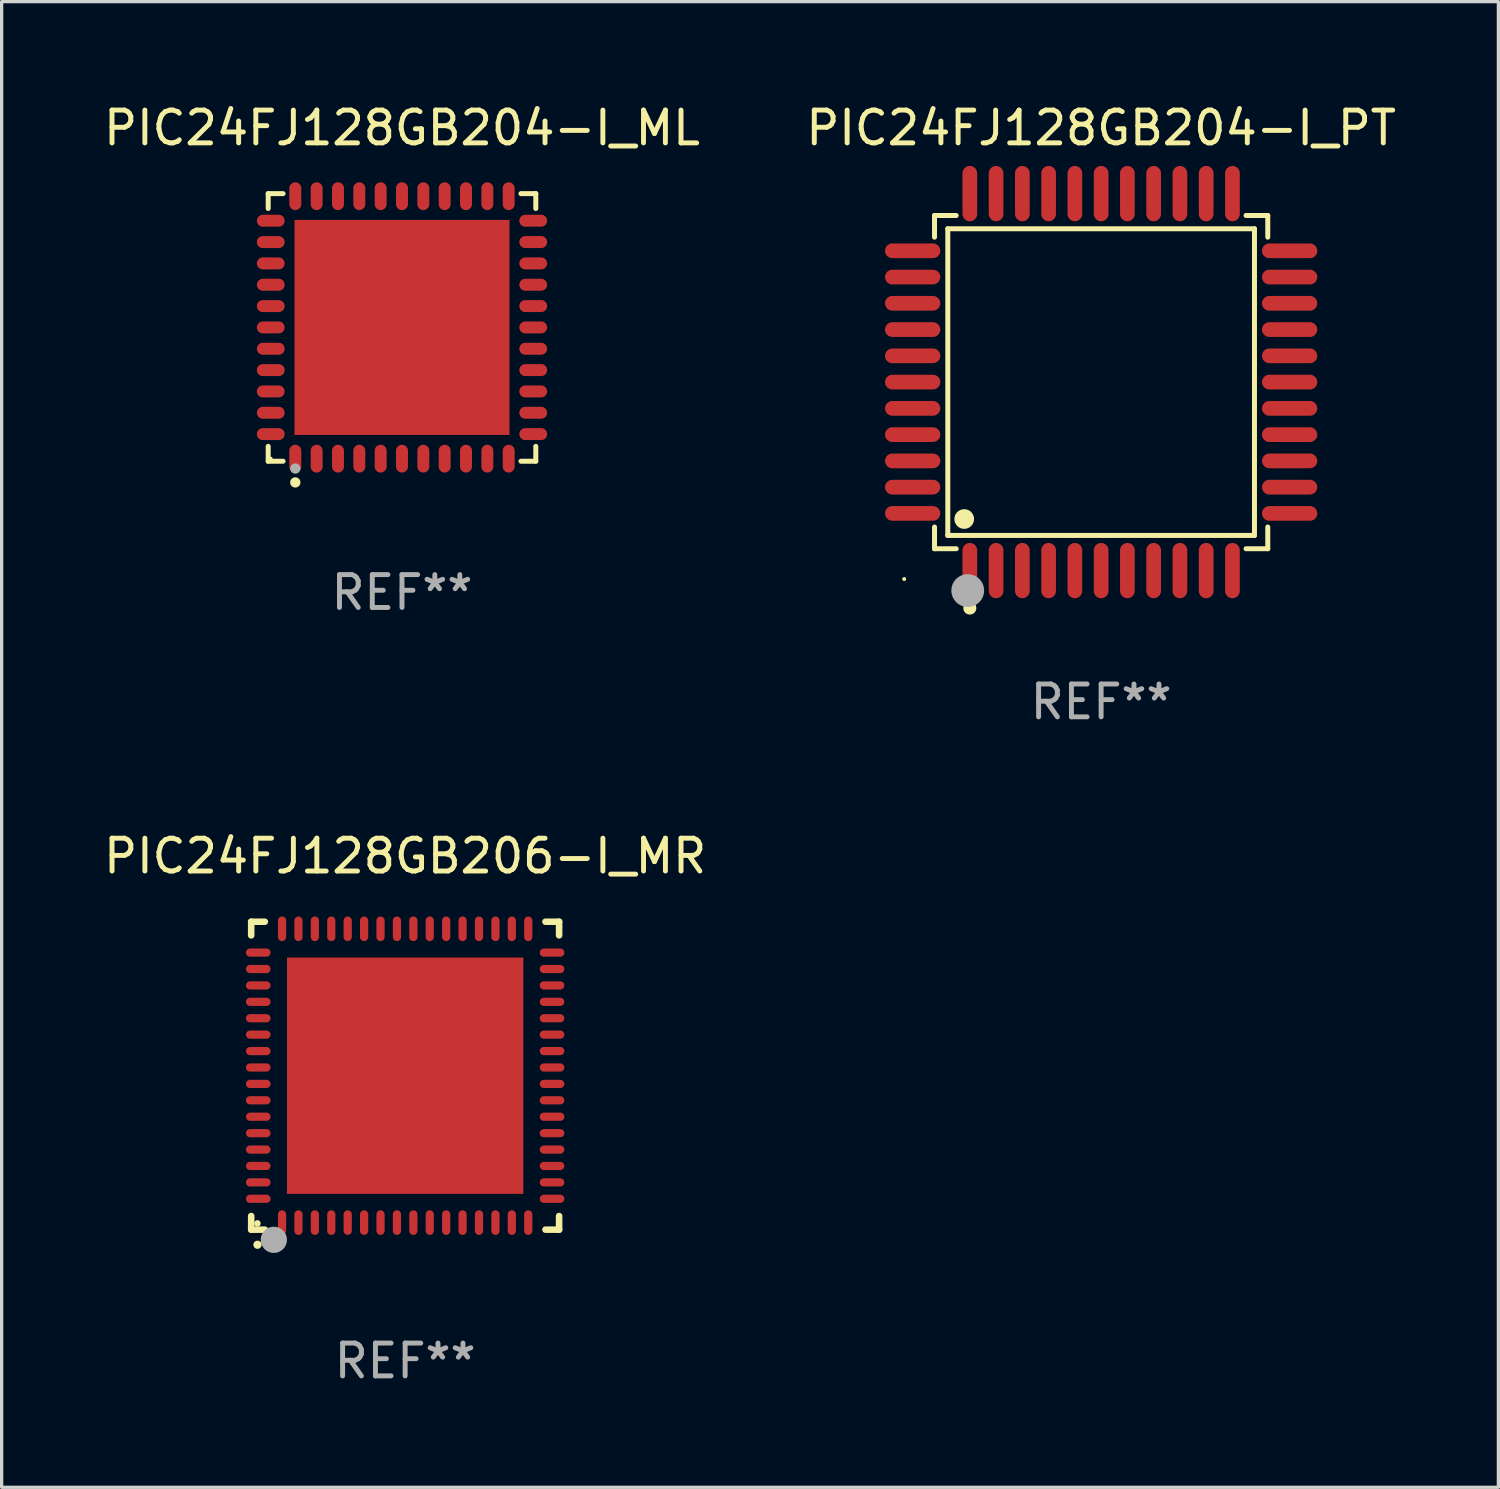
<source format=kicad_pcb>
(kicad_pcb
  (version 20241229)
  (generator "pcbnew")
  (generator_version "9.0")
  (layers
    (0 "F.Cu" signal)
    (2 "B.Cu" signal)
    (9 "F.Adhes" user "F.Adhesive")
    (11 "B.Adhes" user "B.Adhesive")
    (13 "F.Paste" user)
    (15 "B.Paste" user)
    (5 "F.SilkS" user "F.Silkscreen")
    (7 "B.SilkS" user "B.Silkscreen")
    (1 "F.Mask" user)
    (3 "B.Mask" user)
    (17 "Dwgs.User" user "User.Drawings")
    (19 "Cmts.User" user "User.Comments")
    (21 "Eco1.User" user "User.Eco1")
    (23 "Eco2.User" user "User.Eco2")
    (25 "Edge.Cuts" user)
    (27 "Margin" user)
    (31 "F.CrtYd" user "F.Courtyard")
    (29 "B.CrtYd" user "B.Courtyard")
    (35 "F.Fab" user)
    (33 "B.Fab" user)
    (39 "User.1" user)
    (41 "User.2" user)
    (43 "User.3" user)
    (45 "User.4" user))
  (footprint "PIC24FJ128GB204-I_PT"
    (layer "F.Cu")
    (at 30.494 8.59)
    (property "Reference" "PIC24FJ128GB204-I_PT" (at 0 -7.742 0) (layer "F.SilkS") (effects (font (size 1 1) (thickness 0.15))))
    (attr through_hole)
    (fp_line (start -5.076 -5.076) (end -4.415 -5.076) (stroke (width 0.152) (type solid)) (layer "F.SilkS"))
    (fp_line (start -5.076 -4.415) (end -5.076 -5.076) (stroke (width 0.152) (type solid)) (layer "F.SilkS"))
    (fp_line (start -5.076 4.415) (end -5.076 5.076) (stroke (width 0.152) (type solid)) (layer "F.SilkS"))
    (fp_line (start -5.076 5.076) (end -4.415 5.076) (stroke (width 0.152) (type solid)) (layer "F.SilkS"))
    (fp_line (start -4.671 -4.671) (end 4.671 -4.671) (stroke (width 0.152) (type solid)) (layer "F.SilkS"))
    (fp_line (start -4.671 4.671) (end -4.671 -4.671) (stroke (width 0.152) (type solid)) (layer "F.SilkS"))
    (fp_line (start 4.671 -4.671) (end 4.671 4.671) (stroke (width 0.152) (type solid)) (layer "F.SilkS"))
    (fp_line (start 4.671 4.671) (end -4.671 4.671) (stroke (width 0.152) (type solid)) (layer "F.SilkS"))
    (fp_line (start 5.076 -5.076) (end 4.415 -5.076) (stroke (width 0.152) (type solid)) (layer "F.SilkS"))
    (fp_line (start 5.076 -4.415) (end 5.076 -5.076) (stroke (width 0.152) (type solid)) (layer "F.SilkS"))
    (fp_line (start 5.076 4.415) (end 5.076 5.076) (stroke (width 0.152) (type solid)) (layer "F.SilkS"))
    (fp_line (start 5.076 5.076) (end 4.415 5.076) (stroke (width 0.152) (type solid)) (layer "F.SilkS"))
    (fp_circle (center -6 6) (end -5.97 6) (stroke (width 0.06) (type solid)) (fill no) (layer "F.SilkS"))
    (fp_circle (center -4.171 4.171) (end -4.021 4.171) (stroke (width 0.3) (type solid)) (fill no) (layer "F.SilkS"))
    (fp_circle (center -4 6.884) (end -3.9 6.884) (stroke (width 0.2) (type solid)) (fill no) (layer "F.SilkS"))
    (fp_circle (center -4.064 6.35) (end -3.814 6.35) (stroke (width 0.5) (type solid)) (fill no) (layer "F.Fab"))
    (fp_text user "REF**" (at 0 9.742 0) (layer "F.Fab") (effects (font (size 1 1) (thickness 0.15))))
    (pad "1" smd oval (at -4 5.742) (size 0.448 1.684) (layers "F.Cu" "F.Mask" "F.Paste"))
    (pad "2" smd oval (at -3.2 5.742) (size 0.448 1.684) (layers "F.Cu" "F.Mask" "F.Paste"))
    (pad "3" smd oval (at -2.4 5.742) (size 0.448 1.684) (layers "F.Cu" "F.Mask" "F.Paste"))
    (pad "4" smd oval (at -1.6 5.742) (size 0.448 1.684) (layers "F.Cu" "F.Mask" "F.Paste"))
    (pad "5" smd oval (at -0.8 5.742) (size 0.448 1.684) (layers "F.Cu" "F.Mask" "F.Paste"))
    (pad "6" smd oval (at 0 5.742) (size 0.448 1.684) (layers "F.Cu" "F.Mask" "F.Paste"))
    (pad "7" smd oval (at 0.8 5.742) (size 0.448 1.684) (layers "F.Cu" "F.Mask" "F.Paste"))
    (pad "8" smd oval (at 1.6 5.742) (size 0.448 1.684) (layers "F.Cu" "F.Mask" "F.Paste"))
    (pad "9" smd oval (at 2.4 5.742) (size 0.448 1.684) (layers "F.Cu" "F.Mask" "F.Paste"))
    (pad "10" smd oval (at 3.2 5.742) (size 0.448 1.684) (layers "F.Cu" "F.Mask" "F.Paste"))
    (pad "11" smd oval (at 4 5.742) (size 0.448 1.684) (layers "F.Cu" "F.Mask" "F.Paste"))
    (pad "12" smd oval (at 5.742 4) (size 1.684 0.448) (layers "F.Cu" "F.Mask" "F.Paste"))
    (pad "13" smd oval (at 5.742 3.2) (size 1.684 0.448) (layers "F.Cu" "F.Mask" "F.Paste"))
    (pad "14" smd oval (at 5.742 2.4) (size 1.684 0.448) (layers "F.Cu" "F.Mask" "F.Paste"))
    (pad "15" smd oval (at 5.742 1.6) (size 1.684 0.448) (layers "F.Cu" "F.Mask" "F.Paste"))
    (pad "16" smd oval (at 5.742 0.8) (size 1.684 0.448) (layers "F.Cu" "F.Mask" "F.Paste"))
    (pad "17" smd oval (at 5.742 0) (size 1.684 0.448) (layers "F.Cu" "F.Mask" "F.Paste"))
    (pad "18" smd oval (at 5.742 -0.8) (size 1.684 0.448) (layers "F.Cu" "F.Mask" "F.Paste"))
    (pad "19" smd oval (at 5.742 -1.6) (size 1.684 0.448) (layers "F.Cu" "F.Mask" "F.Paste"))
    (pad "20" smd oval (at 5.742 -2.4) (size 1.684 0.448) (layers "F.Cu" "F.Mask" "F.Paste"))
    (pad "21" smd oval (at 5.742 -3.2) (size 1.684 0.448) (layers "F.Cu" "F.Mask" "F.Paste"))
    (pad "22" smd oval (at 5.742 -4) (size 1.684 0.448) (layers "F.Cu" "F.Mask" "F.Paste"))
    (pad "23" smd oval (at 4 -5.742) (size 0.448 1.684) (layers "F.Cu" "F.Mask" "F.Paste"))
    (pad "24" smd oval (at 3.2 -5.742) (size 0.448 1.684) (layers "F.Cu" "F.Mask" "F.Paste"))
    (pad "25" smd oval (at 2.4 -5.742) (size 0.448 1.684) (layers "F.Cu" "F.Mask" "F.Paste"))
    (pad "26" smd oval (at 1.6 -5.742) (size 0.448 1.684) (layers "F.Cu" "F.Mask" "F.Paste"))
    (pad "27" smd oval (at 0.8 -5.742) (size 0.448 1.684) (layers "F.Cu" "F.Mask" "F.Paste"))
    (pad "28" smd oval (at 0 -5.742) (size 0.448 1.684) (layers "F.Cu" "F.Mask" "F.Paste"))
    (pad "29" smd oval (at -0.8 -5.742) (size 0.448 1.684) (layers "F.Cu" "F.Mask" "F.Paste"))
    (pad "30" smd oval (at -1.6 -5.742) (size 0.448 1.684) (layers "F.Cu" "F.Mask" "F.Paste"))
    (pad "31" smd oval (at -2.4 -5.742) (size 0.448 1.684) (layers "F.Cu" "F.Mask" "F.Paste"))
    (pad "32" smd oval (at -3.2 -5.742) (size 0.448 1.684) (layers "F.Cu" "F.Mask" "F.Paste"))
    (pad "33" smd oval (at -4 -5.742) (size 0.448 1.684) (layers "F.Cu" "F.Mask" "F.Paste"))
    (pad "34" smd oval (at -5.742 -4) (size 1.684 0.448) (layers "F.Cu" "F.Mask" "F.Paste"))
    (pad "35" smd oval (at -5.742 -3.2) (size 1.684 0.448) (layers "F.Cu" "F.Mask" "F.Paste"))
    (pad "36" smd oval (at -5.742 -2.4) (size 1.684 0.448) (layers "F.Cu" "F.Mask" "F.Paste"))
    (pad "37" smd oval (at -5.742 -1.6) (size 1.684 0.448) (layers "F.Cu" "F.Mask" "F.Paste"))
    (pad "38" smd oval (at -5.742 -0.8) (size 1.684 0.448) (layers "F.Cu" "F.Mask" "F.Paste"))
    (pad "39" smd oval (at -5.742 0) (size 1.684 0.448) (layers "F.Cu" "F.Mask" "F.Paste"))
    (pad "40" smd oval (at -5.742 0.8) (size 1.684 0.448) (layers "F.Cu" "F.Mask" "F.Paste"))
    (pad "41" smd oval (at -5.742 1.6) (size 1.684 0.448) (layers "F.Cu" "F.Mask" "F.Paste"))
    (pad "42" smd oval (at -5.742 2.4) (size 1.684 0.448) (layers "F.Cu" "F.Mask" "F.Paste"))
    (pad "43" smd oval (at -5.742 3.2) (size 1.684 0.448) (layers "F.Cu" "F.Mask" "F.Paste"))
    (pad "44" smd oval (at -5.742 4) (size 1.684 0.448) (layers "F.Cu" "F.Mask" "F.Paste")))
  (footprint "PIC24FJ128GB204-I_ML"
    (layer "F.Cu")
    (at 9.196 6.924)
    (property "Reference" "PIC24FJ128GB204-I_ML" (at 0 -6.076 0) (layer "F.SilkS") (effects (font (size 1 1) (thickness 0.15))))
    (attr through_hole)
    (fp_line (start -4.076 -4.076) (end -3.623 -4.076) (stroke (width 0.152) (type solid)) (layer "F.SilkS"))
    (fp_line (start -4.076 -3.623) (end -4.076 -4.076) (stroke (width 0.152) (type solid)) (layer "F.SilkS"))
    (fp_line (start -4.076 3.623) (end -4.076 4.076) (stroke (width 0.152) (type solid)) (layer "F.SilkS"))
    (fp_line (start -4.076 4.076) (end -3.623 4.076) (stroke (width 0.152) (type solid)) (layer "F.SilkS"))
    (fp_line (start 4.076 -4.076) (end 3.623 -4.076) (stroke (width 0.152) (type solid)) (layer "F.SilkS"))
    (fp_line (start 4.076 -3.623) (end 4.076 -4.076) (stroke (width 0.152) (type solid)) (layer "F.SilkS"))
    (fp_line (start 4.076 3.623) (end 4.076 4.076) (stroke (width 0.152) (type solid)) (layer "F.SilkS"))
    (fp_line (start 4.076 4.076) (end 3.623 4.076) (stroke (width 0.152) (type solid)) (layer "F.SilkS"))
    (fp_circle (center -4 4) (end -3.97 4) (stroke (width 0.06) (type solid)) (fill no) (layer "F.SilkS"))
    (fp_circle (center -3.25 4.722) (end -3.171 4.722) (stroke (width 0.158) (type solid)) (fill no) (layer "F.SilkS"))
    (fp_circle (center -3.25 4.3) (end -3.171 4.3) (stroke (width 0.158) (type solid)) (fill no) (layer "F.Fab"))
    (fp_text user "REF**" (at 0 8.076 0) (layer "F.Fab") (effects (font (size 1 1) (thickness 0.15))))
    (pad "1" smd oval (at -3.25 3.998) (size 0.364 0.847) (layers "F.Cu" "F.Mask" "F.Paste"))
    (pad "2" smd oval (at -2.6 3.998) (size 0.364 0.847) (layers "F.Cu" "F.Mask" "F.Paste"))
    (pad "3" smd oval (at -1.95 3.998) (size 0.364 0.847) (layers "F.Cu" "F.Mask" "F.Paste"))
    (pad "4" smd oval (at -1.3 3.998) (size 0.364 0.847) (layers "F.Cu" "F.Mask" "F.Paste"))
    (pad "5" smd oval (at -0.65 3.998) (size 0.364 0.847) (layers "F.Cu" "F.Mask" "F.Paste"))
    (pad "6" smd oval (at 0 3.998) (size 0.364 0.847) (layers "F.Cu" "F.Mask" "F.Paste"))
    (pad "7" smd oval (at 0.65 3.998) (size 0.364 0.847) (layers "F.Cu" "F.Mask" "F.Paste"))
    (pad "8" smd oval (at 1.3 3.998) (size 0.364 0.847) (layers "F.Cu" "F.Mask" "F.Paste"))
    (pad "9" smd oval (at 1.95 3.998) (size 0.364 0.847) (layers "F.Cu" "F.Mask" "F.Paste"))
    (pad "10" smd oval (at 2.6 3.998) (size 0.364 0.847) (layers "F.Cu" "F.Mask" "F.Paste"))
    (pad "11" smd oval (at 3.25 3.998) (size 0.364 0.847) (layers "F.Cu" "F.Mask" "F.Paste"))
    (pad "12" smd oval (at 3.998 3.25) (size 0.847 0.364) (layers "F.Cu" "F.Mask" "F.Paste"))
    (pad "13" smd oval (at 3.998 2.6) (size 0.847 0.364) (layers "F.Cu" "F.Mask" "F.Paste"))
    (pad "14" smd oval (at 3.998 1.95) (size 0.847 0.364) (layers "F.Cu" "F.Mask" "F.Paste"))
    (pad "15" smd oval (at 3.998 1.3) (size 0.847 0.364) (layers "F.Cu" "F.Mask" "F.Paste"))
    (pad "16" smd oval (at 3.998 0.65) (size 0.847 0.364) (layers "F.Cu" "F.Mask" "F.Paste"))
    (pad "17" smd oval (at 3.998 0) (size 0.847 0.364) (layers "F.Cu" "F.Mask" "F.Paste"))
    (pad "18" smd oval (at 3.998 -0.65) (size 0.847 0.364) (layers "F.Cu" "F.Mask" "F.Paste"))
    (pad "19" smd oval (at 3.998 -1.3) (size 0.847 0.364) (layers "F.Cu" "F.Mask" "F.Paste"))
    (pad "20" smd oval (at 3.998 -1.95) (size 0.847 0.364) (layers "F.Cu" "F.Mask" "F.Paste"))
    (pad "21" smd oval (at 3.998 -2.6) (size 0.847 0.364) (layers "F.Cu" "F.Mask" "F.Paste"))
    (pad "22" smd oval (at 3.998 -3.25) (size 0.847 0.364) (layers "F.Cu" "F.Mask" "F.Paste"))
    (pad "23" smd oval (at 3.25 -3.998) (size 0.364 0.847) (layers "F.Cu" "F.Mask" "F.Paste"))
    (pad "24" smd oval (at 2.6 -3.998) (size 0.364 0.847) (layers "F.Cu" "F.Mask" "F.Paste"))
    (pad "25" smd oval (at 1.95 -3.998) (size 0.364 0.847) (layers "F.Cu" "F.Mask" "F.Paste"))
    (pad "26" smd oval (at 1.3 -3.998) (size 0.364 0.847) (layers "F.Cu" "F.Mask" "F.Paste"))
    (pad "27" smd oval (at 0.65 -3.998) (size 0.364 0.847) (layers "F.Cu" "F.Mask" "F.Paste"))
    (pad "28" smd oval (at 0 -3.998) (size 0.364 0.847) (layers "F.Cu" "F.Mask" "F.Paste"))
    (pad "29" smd oval (at -0.65 -3.998) (size 0.364 0.847) (layers "F.Cu" "F.Mask" "F.Paste"))
    (pad "30" smd oval (at -1.3 -3.998) (size 0.364 0.847) (layers "F.Cu" "F.Mask" "F.Paste"))
    (pad "31" smd oval (at -1.95 -3.998) (size 0.364 0.847) (layers "F.Cu" "F.Mask" "F.Paste"))
    (pad "32" smd oval (at -2.6 -3.998) (size 0.364 0.847) (layers "F.Cu" "F.Mask" "F.Paste"))
    (pad "33" smd oval (at -3.25 -3.998) (size 0.364 0.847) (layers "F.Cu" "F.Mask" "F.Paste"))
    (pad "34" smd oval (at -3.998 -3.25) (size 0.847 0.364) (layers "F.Cu" "F.Mask" "F.Paste"))
    (pad "35" smd oval (at -3.998 -2.6) (size 0.847 0.364) (layers "F.Cu" "F.Mask" "F.Paste"))
    (pad "36" smd oval (at -3.998 -1.95) (size 0.847 0.364) (layers "F.Cu" "F.Mask" "F.Paste"))
    (pad "37" smd oval (at -3.998 -1.3) (size 0.847 0.364) (layers "F.Cu" "F.Mask" "F.Paste"))
    (pad "38" smd oval (at -3.998 -0.65) (size 0.847 0.364) (layers "F.Cu" "F.Mask" "F.Paste"))
    (pad "39" smd oval (at -3.998 0) (size 0.847 0.364) (layers "F.Cu" "F.Mask" "F.Paste"))
    (pad "40" smd oval (at -3.998 0.65) (size 0.847 0.364) (layers "F.Cu" "F.Mask" "F.Paste"))
    (pad "41" smd oval (at -3.998 1.3) (size 0.847 0.364) (layers "F.Cu" "F.Mask" "F.Paste"))
    (pad "42" smd oval (at -3.998 1.95) (size 0.847 0.364) (layers "F.Cu" "F.Mask" "F.Paste"))
    (pad "43" smd oval (at -3.998 2.6) (size 0.847 0.364) (layers "F.Cu" "F.Mask" "F.Paste"))
    (pad "44" smd oval (at -3.998 3.25) (size 0.847 0.364) (layers "F.Cu" "F.Mask" "F.Paste"))
    (pad "45" smd rect (at 0 0) (size 6.55 6.55) (layers "F.Cu" "F.Mask" "F.Paste")))
  (footprint "PIC24FJ128GB206-I_MR"
    (layer "F.Cu")
    (at 9.292 29.719)
    (property "Reference" "PIC24FJ128GB206-I_MR" (at 0 -6.69 0) (layer "F.SilkS") (effects (font (size 1 1) (thickness 0.15))))
    (attr through_hole)
    (fp_line (start -4.69 -4.69) (end -4.275 -4.69) (stroke (width 0.2) (type solid)) (layer "F.SilkS"))
    (fp_line (start -4.69 -4.275) (end -4.69 -4.69) (stroke (width 0.2) (type solid)) (layer "F.SilkS"))
    (fp_line (start -4.69 4.69) (end -4.69 4.275) (stroke (width 0.2) (type solid)) (layer "F.SilkS"))
    (fp_line (start -4.275 4.69) (end -4.69 4.69) (stroke (width 0.2) (type solid)) (layer "F.SilkS"))
    (fp_line (start 4.275 4.69) (end 4.69 4.69) (stroke (width 0.2) (type solid)) (layer "F.SilkS"))
    (fp_line (start 4.69 -4.69) (end 4.275 -4.69) (stroke (width 0.2) (type solid)) (layer "F.SilkS"))
    (fp_line (start 4.69 -4.275) (end 4.69 -4.69) (stroke (width 0.2) (type solid)) (layer "F.SilkS"))
    (fp_line (start 4.69 4.69) (end 4.69 4.275) (stroke (width 0.2) (type solid)) (layer "F.SilkS"))
    (fp_arc (start -4.499886 5.15) (mid -4.498616 5.149994) (end -4.497346 5.15) (stroke (width 0.24892) (type solid)) (layer "F.SilkS"))
    (fp_circle (center -4.5 4.5) (end -4.45 4.5) (stroke (width 0.1) (type solid)) (fill no) (layer "F.SilkS"))
    (fp_circle (center -4 5) (end -3.8 5) (stroke (width 0.4) (type solid)) (fill no) (layer "F.Fab"))
    (fp_text user "REF**" (at 0 8.69 0) (layer "F.Fab") (effects (font (size 1 1) (thickness 0.15))))
    (pad "1" smd oval (at -3.75 4.475) (size 0.25 0.75) (layers "F.Cu" "F.Mask" "F.Paste"))
    (pad "2" smd oval (at -3.25 4.475) (size 0.25 0.75) (layers "F.Cu" "F.Mask" "F.Paste"))
    (pad "3" smd oval (at -2.75 4.475) (size 0.25 0.75) (layers "F.Cu" "F.Mask" "F.Paste"))
    (pad "4" smd oval (at -2.25 4.475) (size 0.25 0.75) (layers "F.Cu" "F.Mask" "F.Paste"))
    (pad "5" smd oval (at -1.75 4.475) (size 0.25 0.75) (layers "F.Cu" "F.Mask" "F.Paste"))
    (pad "6" smd oval (at -1.25 4.475) (size 0.25 0.75) (layers "F.Cu" "F.Mask" "F.Paste"))
    (pad "7" smd oval (at -0.75 4.475) (size 0.25 0.75) (layers "F.Cu" "F.Mask" "F.Paste"))
    (pad "8" smd oval (at -0.25 4.475) (size 0.25 0.75) (layers "F.Cu" "F.Mask" "F.Paste"))
    (pad "9" smd oval (at 0.25 4.475) (size 0.25 0.75) (layers "F.Cu" "F.Mask" "F.Paste"))
    (pad "10" smd oval (at 0.75 4.475) (size 0.25 0.75) (layers "F.Cu" "F.Mask" "F.Paste"))
    (pad "11" smd oval (at 1.25 4.475) (size 0.25 0.75) (layers "F.Cu" "F.Mask" "F.Paste"))
    (pad "12" smd oval (at 1.75 4.475) (size 0.25 0.75) (layers "F.Cu" "F.Mask" "F.Paste"))
    (pad "13" smd oval (at 2.25 4.475) (size 0.25 0.75) (layers "F.Cu" "F.Mask" "F.Paste"))
    (pad "14" smd oval (at 2.75 4.475) (size 0.25 0.75) (layers "F.Cu" "F.Mask" "F.Paste"))
    (pad "15" smd oval (at 3.25 4.475) (size 0.25 0.75) (layers "F.Cu" "F.Mask" "F.Paste"))
    (pad "16" smd oval (at 3.75 4.475) (size 0.25 0.75) (layers "F.Cu" "F.Mask" "F.Paste"))
    (pad "17" smd oval (at 4.475 3.75) (size 0.75 0.25) (layers "F.Cu" "F.Mask" "F.Paste"))
    (pad "18" smd oval (at 4.475 3.25) (size 0.75 0.25) (layers "F.Cu" "F.Mask" "F.Paste"))
    (pad "19" smd oval (at 4.475 2.75) (size 0.75 0.25) (layers "F.Cu" "F.Mask" "F.Paste"))
    (pad "20" smd oval (at 4.475 2.25) (size 0.75 0.25) (layers "F.Cu" "F.Mask" "F.Paste"))
    (pad "21" smd oval (at 4.475 1.75) (size 0.75 0.25) (layers "F.Cu" "F.Mask" "F.Paste"))
    (pad "22" smd oval (at 4.475 1.25) (size 0.75 0.25) (layers "F.Cu" "F.Mask" "F.Paste"))
    (pad "23" smd oval (at 4.475 0.75) (size 0.75 0.25) (layers "F.Cu" "F.Mask" "F.Paste"))
    (pad "24" smd oval (at 4.475 0.25) (size 0.75 0.25) (layers "F.Cu" "F.Mask" "F.Paste"))
    (pad "25" smd oval (at 4.475 -0.25) (size 0.75 0.25) (layers "F.Cu" "F.Mask" "F.Paste"))
    (pad "26" smd oval (at 4.475 -0.75) (size 0.75 0.25) (layers "F.Cu" "F.Mask" "F.Paste"))
    (pad "27" smd oval (at 4.475 -1.25) (size 0.75 0.25) (layers "F.Cu" "F.Mask" "F.Paste"))
    (pad "28" smd oval (at 4.475 -1.75) (size 0.75 0.25) (layers "F.Cu" "F.Mask" "F.Paste"))
    (pad "29" smd oval (at 4.475 -2.25) (size 0.75 0.25) (layers "F.Cu" "F.Mask" "F.Paste"))
    (pad "30" smd oval (at 4.475 -2.75) (size 0.75 0.25) (layers "F.Cu" "F.Mask" "F.Paste"))
    (pad "31" smd oval (at 4.475 -3.25) (size 0.75 0.25) (layers "F.Cu" "F.Mask" "F.Paste"))
    (pad "32" smd oval (at 4.475 -3.75) (size 0.75 0.25) (layers "F.Cu" "F.Mask" "F.Paste"))
    (pad "33" smd oval (at 3.75 -4.475) (size 0.25 0.75) (layers "F.Cu" "F.Mask" "F.Paste"))
    (pad "34" smd oval (at 3.25 -4.475) (size 0.25 0.75) (layers "F.Cu" "F.Mask" "F.Paste"))
    (pad "35" smd oval (at 2.75 -4.475) (size 0.25 0.75) (layers "F.Cu" "F.Mask" "F.Paste"))
    (pad "36" smd oval (at 2.25 -4.475) (size 0.25 0.75) (layers "F.Cu" "F.Mask" "F.Paste"))
    (pad "37" smd oval (at 1.75 -4.475) (size 0.25 0.75) (layers "F.Cu" "F.Mask" "F.Paste"))
    (pad "38" smd oval (at 1.25 -4.475) (size 0.25 0.75) (layers "F.Cu" "F.Mask" "F.Paste"))
    (pad "39" smd oval (at 0.75 -4.475) (size 0.25 0.75) (layers "F.Cu" "F.Mask" "F.Paste"))
    (pad "40" smd oval (at 0.25 -4.475) (size 0.25 0.75) (layers "F.Cu" "F.Mask" "F.Paste"))
    (pad "41" smd oval (at -0.25 -4.475) (size 0.25 0.75) (layers "F.Cu" "F.Mask" "F.Paste"))
    (pad "42" smd oval (at -0.75 -4.475) (size 0.25 0.75) (layers "F.Cu" "F.Mask" "F.Paste"))
    (pad "43" smd oval (at -1.25 -4.475) (size 0.25 0.75) (layers "F.Cu" "F.Mask" "F.Paste"))
    (pad "44" smd oval (at -1.75 -4.475) (size 0.25 0.75) (layers "F.Cu" "F.Mask" "F.Paste"))
    (pad "45" smd oval (at -2.25 -4.475) (size 0.25 0.75) (layers "F.Cu" "F.Mask" "F.Paste"))
    (pad "46" smd oval (at -2.75 -4.475) (size 0.25 0.75) (layers "F.Cu" "F.Mask" "F.Paste"))
    (pad "47" smd oval (at -3.25 -4.475) (size 0.25 0.75) (layers "F.Cu" "F.Mask" "F.Paste"))
    (pad "48" smd oval (at -3.75 -4.475) (size 0.25 0.75) (layers "F.Cu" "F.Mask" "F.Paste"))
    (pad "49" smd oval (at -4.475 -3.75) (size 0.75 0.25) (layers "F.Cu" "F.Mask" "F.Paste"))
    (pad "50" smd oval (at -4.475 -3.25) (size 0.75 0.25) (layers "F.Cu" "F.Mask" "F.Paste"))
    (pad "51" smd oval (at -4.475 -2.75) (size 0.75 0.25) (layers "F.Cu" "F.Mask" "F.Paste"))
    (pad "52" smd oval (at -4.475 -2.25) (size 0.75 0.25) (layers "F.Cu" "F.Mask" "F.Paste"))
    (pad "53" smd oval (at -4.475 -1.75) (size 0.75 0.25) (layers "F.Cu" "F.Mask" "F.Paste"))
    (pad "54" smd oval (at -4.475 -1.25) (size 0.75 0.25) (layers "F.Cu" "F.Mask" "F.Paste"))
    (pad "55" smd oval (at -4.475 -0.75) (size 0.75 0.25) (layers "F.Cu" "F.Mask" "F.Paste"))
    (pad "56" smd oval (at -4.475 -0.25) (size 0.75 0.25) (layers "F.Cu" "F.Mask" "F.Paste"))
    (pad "57" smd oval (at -4.475 0.25) (size 0.75 0.25) (layers "F.Cu" "F.Mask" "F.Paste"))
    (pad "58" smd oval (at -4.475 0.75) (size 0.75 0.25) (layers "F.Cu" "F.Mask" "F.Paste"))
    (pad "59" smd oval (at -4.475 1.25) (size 0.75 0.25) (layers "F.Cu" "F.Mask" "F.Paste"))
    (pad "60" smd oval (at -4.475 1.75) (size 0.75 0.25) (layers "F.Cu" "F.Mask" "F.Paste"))
    (pad "61" smd oval (at -4.475 2.25) (size 0.75 0.25) (layers "F.Cu" "F.Mask" "F.Paste"))
    (pad "62" smd oval (at -4.475 2.75) (size 0.75 0.25) (layers "F.Cu" "F.Mask" "F.Paste"))
    (pad "63" smd oval (at -4.475 3.25) (size 0.75 0.25) (layers "F.Cu" "F.Mask" "F.Paste"))
    (pad "64" smd oval (at -4.475 3.75) (size 0.75 0.25) (layers "F.Cu" "F.Mask" "F.Paste"))
    (pad "65" smd rect (at 0.000368 0.000013) (size 7.2 7.2) (layers "F.Cu" "F.Mask" "F.Paste")))
  (gr_rect
    (start -3 -3)
    (end 42.595 42.257)
    (stroke (width 0.1) (type default))
    (fill no)
    (layer "Edge.Cuts")))
</source>
